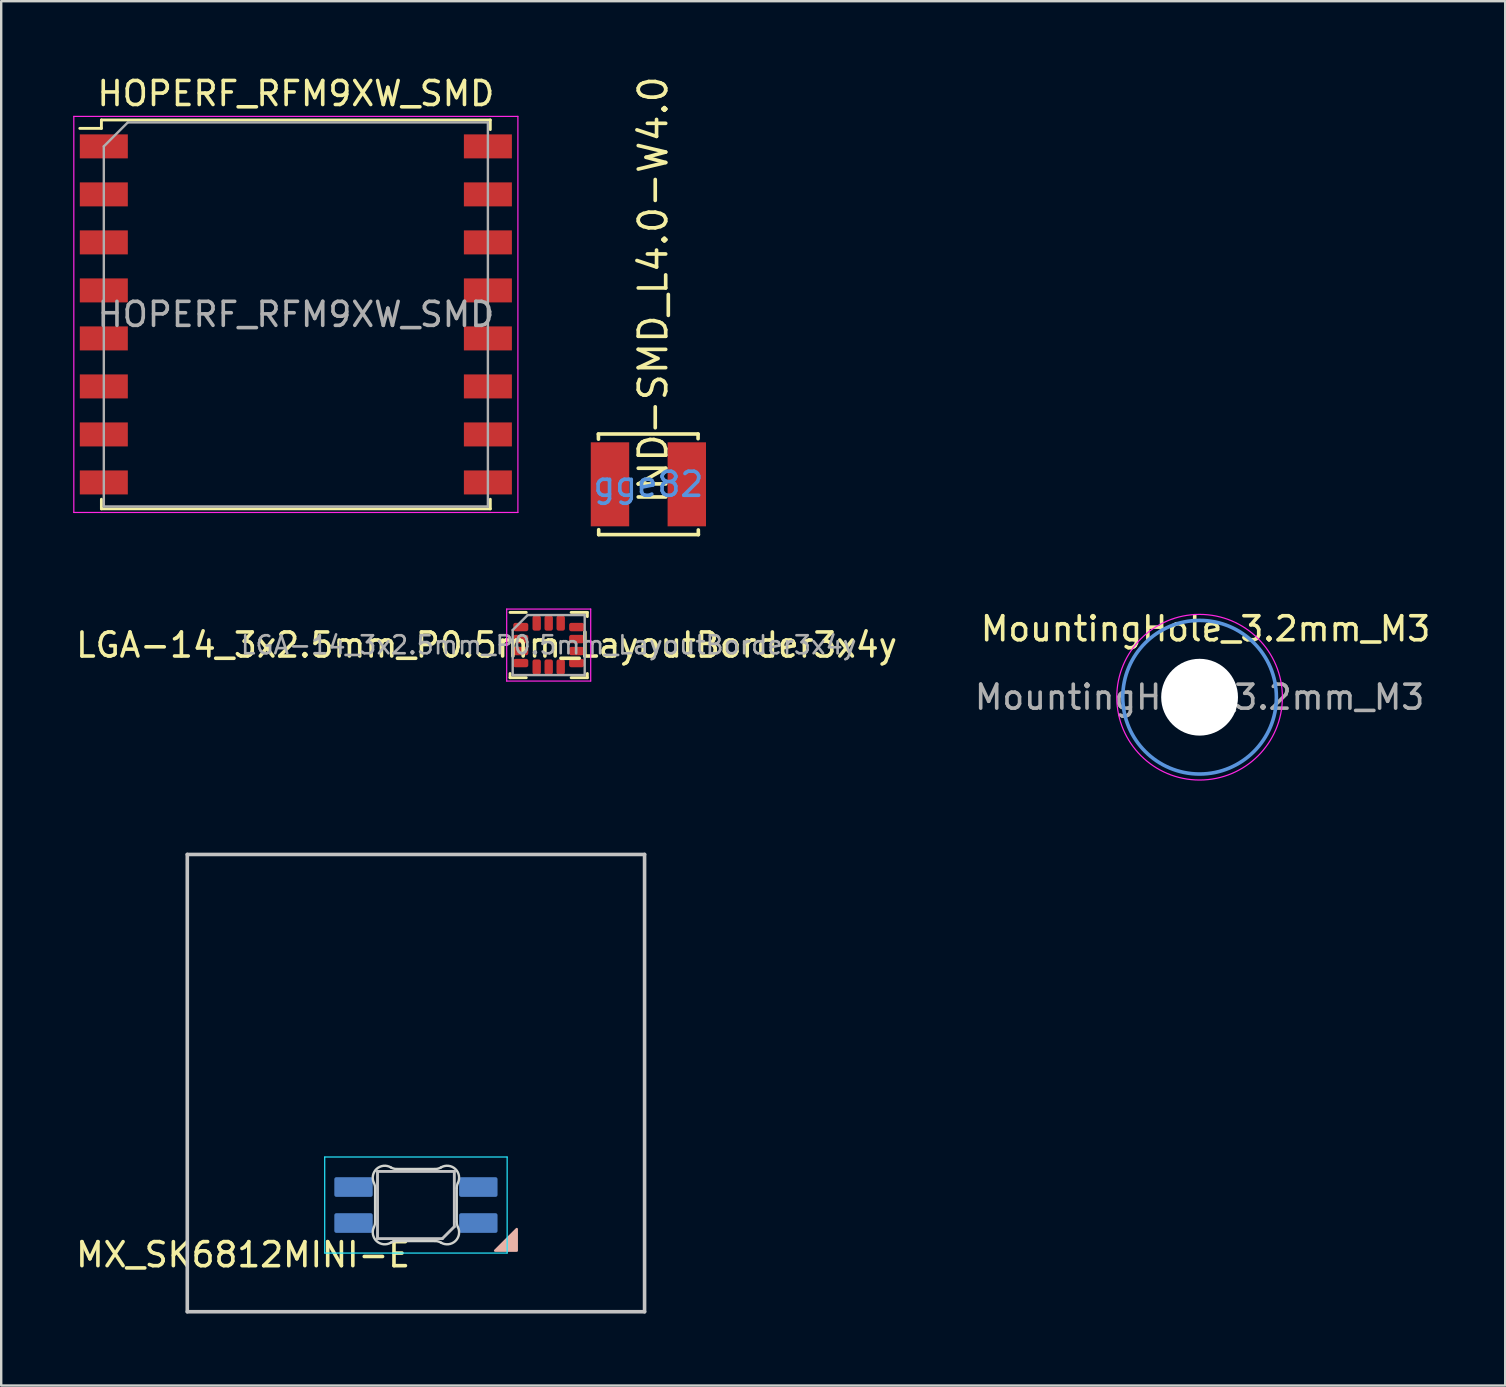
<source format=kicad_pcb>
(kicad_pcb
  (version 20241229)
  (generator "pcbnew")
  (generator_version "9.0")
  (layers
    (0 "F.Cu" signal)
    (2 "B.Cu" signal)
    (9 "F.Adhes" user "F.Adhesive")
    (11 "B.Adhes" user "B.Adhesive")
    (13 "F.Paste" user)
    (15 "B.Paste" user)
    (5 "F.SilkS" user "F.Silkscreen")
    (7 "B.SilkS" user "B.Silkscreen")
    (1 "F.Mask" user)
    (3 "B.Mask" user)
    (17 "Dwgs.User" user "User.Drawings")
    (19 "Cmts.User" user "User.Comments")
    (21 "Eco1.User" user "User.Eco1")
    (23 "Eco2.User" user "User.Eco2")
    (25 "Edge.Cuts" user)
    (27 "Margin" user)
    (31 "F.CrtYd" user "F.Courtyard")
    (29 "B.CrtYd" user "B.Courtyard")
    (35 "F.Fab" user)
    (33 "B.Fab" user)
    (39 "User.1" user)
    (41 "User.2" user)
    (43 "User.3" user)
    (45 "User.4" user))
  (footprint "MountingHole_3.2mm_M3"
    (layer "F.Cu")
    (at 46.923 25.995)
    (property "Reference" "MountingHole_3.2mm_M3" (at 0.25 -2.85 0) (layer "F.SilkS") (effects (font (size 1 1) (thickness 0.15))))
    (attr exclude_from_pos_files)
    (fp_circle (center 0 0) (end 3.2 0) (stroke (width 0.15) (type solid)) (fill no) (layer "Cmts.User"))
    (fp_circle (center 0 0) (end 3.45 0) (stroke (width 0.05) (type solid)) (fill no) (layer "F.CrtYd"))
    (fp_text user "${REFERENCE}" (at 0 0 0) (layer "F.Fab") (effects (font (size 1 1) (thickness 0.15))))
    (pad "" np_thru_hole circle (at 0 0) (size 3.2 3.2) (drill 3.2) (layers "*.Cu" "*.Mask")))
  (footprint "HOPERF_RFM9XW_SMD"
    (layer "F.Cu")
    (at 9.275 10.048)
    (property "Reference" "HOPERF_RFM9XW_SMD" (at 0 -9.2 0) (layer "F.SilkS") (effects (font (size 1 1) (thickness 0.15))))
    (attr smd)
    (fp_line (start -8.1 -8.1) (end -8.1 -7.75) (stroke (width 0.12) (type solid)) (layer "F.SilkS"))
    (fp_line (start -8.1 -8.1) (end 8.1 -8.1) (stroke (width 0.12) (type solid)) (layer "F.SilkS"))
    (fp_line (start -8.1 -7.75) (end -9 -7.75) (stroke (width 0.12) (type solid)) (layer "F.SilkS"))
    (fp_line (start -8.1 7.7) (end -8.1 8.1) (stroke (width 0.12) (type solid)) (layer "F.SilkS"))
    (fp_line (start -8.1 8.1) (end 8.1 8.1) (stroke (width 0.12) (type solid)) (layer "F.SilkS"))
    (fp_line (start 8.1 -8.1) (end 8.1 -7.7) (stroke (width 0.12) (type solid)) (layer "F.SilkS"))
    (fp_line (start 8.1 8.1) (end 8.1 7.7) (stroke (width 0.12) (type solid)) (layer "F.SilkS"))
    (fp_line (start -9.25 -8.25) (end 9.25 -8.25) (stroke (width 0.05) (type solid)) (layer "F.CrtYd"))
    (fp_line (start -9.25 8.25) (end -9.25 -8.25) (stroke (width 0.05) (type solid)) (layer "F.CrtYd"))
    (fp_line (start -9.25 8.25) (end 9.25 8.25) (stroke (width 0.05) (type solid)) (layer "F.CrtYd"))
    (fp_line (start 9.25 -8.25) (end 9.25 8.25) (stroke (width 0.05) (type solid)) (layer "F.CrtYd"))
    (fp_line (start -8 8) (end -8 -7) (stroke (width 0.1) (type solid)) (layer "F.Fab"))
    (fp_line (start -8 8) (end 8 8) (stroke (width 0.1) (type solid)) (layer "F.Fab"))
    (fp_line (start -7 -8) (end -8 -7) (stroke (width 0.1) (type solid)) (layer "F.Fab"))
    (fp_line (start -7 -8) (end 8 -8) (stroke (width 0.1) (type solid)) (layer "F.Fab"))
    (fp_line (start 8 8) (end 8 -8) (stroke (width 0.1) (type solid)) (layer "F.Fab"))
    (fp_text user "${REFERENCE}" (at 0 0 0) (layer "F.Fab") (effects (font (size 1 1) (thickness 0.15))))
    (pad "1" smd rect (at -8 -7 180) (size 2 1) (layers "F.Cu" "F.Mask" "F.Paste"))
    (pad "2" smd rect (at -8 -5 180) (size 2 1) (layers "F.Cu" "F.Mask" "F.Paste"))
    (pad "3" smd rect (at -8 -3 180) (size 2 1) (layers "F.Cu" "F.Mask" "F.Paste"))
    (pad "4" smd rect (at -8 -1 180) (size 2 1) (layers "F.Cu" "F.Mask" "F.Paste"))
    (pad "5" smd rect (at -8 1 180) (size 2 1) (layers "F.Cu" "F.Mask" "F.Paste"))
    (pad "6" smd rect (at -8 3 180) (size 2 1) (layers "F.Cu" "F.Mask" "F.Paste"))
    (pad "7" smd rect (at -8 5 180) (size 2 1) (layers "F.Cu" "F.Mask" "F.Paste"))
    (pad "8" smd rect (at -8 7 180) (size 2 1) (layers "F.Cu" "F.Mask" "F.Paste"))
    (pad "9" smd rect (at 8 7 180) (size 2 1) (layers "F.Cu" "F.Mask" "F.Paste"))
    (pad "10" smd rect (at 8 5 180) (size 2 1) (layers "F.Cu" "F.Mask" "F.Paste"))
    (pad "11" smd rect (at 8 3 180) (size 2 1) (layers "F.Cu" "F.Mask" "F.Paste"))
    (pad "12" smd rect (at 8 1 180) (size 2 1) (layers "F.Cu" "F.Mask" "F.Paste"))
    (pad "13" smd rect (at 8 -1 180) (size 2 1) (layers "F.Cu" "F.Mask" "F.Paste"))
    (pad "14" smd rect (at 8 -3 180) (size 2 1) (layers "F.Cu" "F.Mask" "F.Paste"))
    (pad "15" smd rect (at 8 -5 180) (size 2 1) (layers "F.Cu" "F.Mask" "F.Paste"))
    (pad "16" smd rect (at 8 -7 180) (size 2 1) (layers "F.Cu" "F.Mask" "F.Paste")))
  (footprint "LGA-14_3x2.5mm_P0.5mm_LayoutBorder3x4y"
    (layer "F.Cu")
    (at 19.808 23.822)
    (property "Reference" "LGA-14_3x2.5mm_P0.5mm_LayoutBorder3x4y" (at -2.587 0 180) (layer "F.SilkS") (effects (font (size 1 1) (thickness 0.15))))
    (attr smd)
    (fp_line (start -1.61 1.36) (end -1.61 1.185) (stroke (width 0.12) (type solid)) (layer "F.SilkS"))
    (fp_line (start -0.935 -1.36) (end -1.61 -1.36) (stroke (width 0.12) (type solid)) (layer "F.SilkS"))
    (fp_line (start -0.935 1.36) (end -1.61 1.36) (stroke (width 0.12) (type solid)) (layer "F.SilkS"))
    (fp_line (start 0.935 -1.36) (end 1.61 -1.36) (stroke (width 0.12) (type solid)) (layer "F.SilkS"))
    (fp_line (start 0.935 1.36) (end 1.61 1.36) (stroke (width 0.12) (type solid)) (layer "F.SilkS"))
    (fp_line (start 1.61 -1.36) (end 1.61 -1.185) (stroke (width 0.12) (type solid)) (layer "F.SilkS"))
    (fp_line (start 1.61 1.36) (end 1.61 1.185) (stroke (width 0.12) (type solid)) (layer "F.SilkS"))
    (fp_line (start -1.75 -1.5) (end -1.75 1.5) (stroke (width 0.05) (type solid)) (layer "F.CrtYd"))
    (fp_line (start -1.75 1.5) (end 1.75 1.5) (stroke (width 0.05) (type solid)) (layer "F.CrtYd"))
    (fp_line (start 1.75 -1.5) (end -1.75 -1.5) (stroke (width 0.05) (type solid)) (layer "F.CrtYd"))
    (fp_line (start 1.75 1.5) (end 1.75 -1.5) (stroke (width 0.05) (type solid)) (layer "F.CrtYd"))
    (fp_line (start -1.5 -0.625) (end -0.875 -1.25) (stroke (width 0.1) (type solid)) (layer "F.Fab"))
    (fp_line (start -1.5 1.25) (end -1.5 -0.625) (stroke (width 0.1) (type solid)) (layer "F.Fab"))
    (fp_line (start -0.875 -1.25) (end 1.5 -1.25) (stroke (width 0.1) (type solid)) (layer "F.Fab"))
    (fp_line (start 1.5 -1.25) (end 1.5 1.25) (stroke (width 0.1) (type solid)) (layer "F.Fab"))
    (fp_line (start 1.5 1.25) (end -1.5 1.25) (stroke (width 0.1) (type solid)) (layer "F.Fab"))
    (fp_text user "${REFERENCE}" (at 0 0 180) (layer "F.Fab") (effects (font (size 0.75 0.75) (thickness 0.11))))
    (pad "1" smd roundrect (at -1.163 -0.75) (size 0.625 0.35) (layers "F.Cu" "F.Mask" "F.Paste") (roundrect_rratio 0.25))
    (pad "2" smd roundrect (at -1.163 -0.25) (size 0.625 0.35) (layers "F.Cu" "F.Mask" "F.Paste") (roundrect_rratio 0.25))
    (pad "3" smd roundrect (at -1.163 0.25) (size 0.625 0.35) (layers "F.Cu" "F.Mask" "F.Paste") (roundrect_rratio 0.25))
    (pad "4" smd roundrect (at -1.163 0.75) (size 0.625 0.35) (layers "F.Cu" "F.Mask" "F.Paste") (roundrect_rratio 0.25))
    (pad "5" smd roundrect (at -0.5 0.912) (size 0.35 0.625) (layers "F.Cu" "F.Mask" "F.Paste") (roundrect_rratio 0.25))
    (pad "6" smd roundrect (at 0 0.912) (size 0.35 0.625) (layers "F.Cu" "F.Mask" "F.Paste") (roundrect_rratio 0.25))
    (pad "7" smd roundrect (at 0.5 0.912) (size 0.35 0.625) (layers "F.Cu" "F.Mask" "F.Paste") (roundrect_rratio 0.25))
    (pad "8" smd roundrect (at 1.163 0.75) (size 0.625 0.35) (layers "F.Cu" "F.Mask" "F.Paste") (roundrect_rratio 0.25))
    (pad "9" smd roundrect (at 1.163 0.25) (size 0.625 0.35) (layers "F.Cu" "F.Mask" "F.Paste") (roundrect_rratio 0.25))
    (pad "10" smd roundrect (at 1.163 -0.25) (size 0.625 0.35) (layers "F.Cu" "F.Mask" "F.Paste") (roundrect_rratio 0.25))
    (pad "11" smd roundrect (at 1.163 -0.75) (size 0.625 0.35) (layers "F.Cu" "F.Mask" "F.Paste") (roundrect_rratio 0.25))
    (pad "12" smd roundrect (at 0.5 -0.912) (size 0.35 0.625) (layers "F.Cu" "F.Mask" "F.Paste") (roundrect_rratio 0.25))
    (pad "13" smd roundrect (at 0 -0.912) (size 0.35 0.625) (layers "F.Cu" "F.Mask" "F.Paste") (roundrect_rratio 0.25))
    (pad "14" smd roundrect (at -0.5 -0.912) (size 0.35 0.625) (layers "F.Cu" "F.Mask" "F.Paste") (roundrect_rratio 0.25)))
  (footprint "MX_SK6812MINI-E"
    (layer "F.Cu")
    (at 14.277 42.07)
    (property "Reference" "MX_SK6812MINI-E" (at -7.2 7.15 0) (layer "F.SilkS") (effects (font (size 1 1) (thickness 0.15))))
    (attr through_hole)
    (fp_poly (pts (xy 4.2 6.08) (xy 3.3 6.98) (xy 4.2 6.98)) (stroke (width 0.1) (type solid)) (fill yes) (layer "B.SilkS"))
    (fp_line (start -9.525 -9.525) (end 9.525 -9.525) (stroke (width 0.15) (type solid)) (layer "Dwgs.User"))
    (fp_line (start -9.525 9.525) (end -9.525 -9.525) (stroke (width 0.15) (type solid)) (layer "Dwgs.User"))
    (fp_line (start -1.6 3.68) (end -1.6 6.48) (stroke (width 0.12) (type solid)) (layer "Dwgs.User"))
    (fp_line (start -1.6 6.48) (end 1.1 6.48) (stroke (width 0.12) (type solid)) (layer "Dwgs.User"))
    (fp_line (start 1.6 3.68) (end -1.6 3.68) (stroke (width 0.12) (type solid)) (layer "Dwgs.User"))
    (fp_line (start 1.6 5.98) (end 1.1 6.48) (stroke (width 0.12) (type solid)) (layer "Dwgs.User"))
    (fp_line (start 1.6 5.98) (end 1.6 3.68) (stroke (width 0.12) (type solid)) (layer "Dwgs.User"))
    (fp_line (start 9.525 -9.525) (end 9.525 9.525) (stroke (width 0.15) (type solid)) (layer "Dwgs.User"))
    (fp_line (start 9.525 9.525) (end -9.525 9.525) (stroke (width 0.15) (type solid)) (layer "Dwgs.User"))
    (fp_line (start -1.7 5.783) (end -1.7 4.377) (stroke (width 0.1) (type solid)) (layer "Edge.Cuts"))
    (fp_line (start -0.794 3.58) (end 0.794 3.58) (stroke (width 0.1) (type solid)) (layer "Edge.Cuts"))
    (fp_line (start 0.794 6.58) (end -0.794 6.58) (stroke (width 0.1) (type solid)) (layer "Edge.Cuts"))
    (fp_line (start 1.7 4.377) (end 1.7 5.783) (stroke (width 0.1) (type solid)) (layer "Edge.Cuts"))
    (fp_arc (start -1.749484 4.160279) (mid -1.712527 4.265931) (end -1.699999 4.377157) (stroke (width 0.1) (type solid)) (layer "Edge.Cuts"))
    (fp_arc (start -1.749484 4.160279) (mid -1.638071 3.575964) (end -1.046711 3.5117) (stroke (width 0.1) (type solid)) (layer "Edge.Cuts"))
    (fp_arc (start -1.699999 5.782842) (mid -1.712527 5.894067) (end -1.749484 5.999719) (stroke (width 0.1) (type solid)) (layer "Edge.Cuts"))
    (fp_arc (start -1.046711 6.648296) (mid -1.63807 6.584033) (end -1.749484 5.999719) (stroke (width 0.1) (type solid)) (layer "Edge.Cuts"))
    (fp_arc (start -1.04671 6.648298) (mid -0.925122 6.597376) (end -0.794452 6.579999) (stroke (width 0.1) (type solid)) (layer "Edge.Cuts"))
    (fp_arc (start -0.794453 3.579999) (mid -0.925123 3.562623) (end -1.046711 3.5117) (stroke (width 0.1) (type solid)) (layer "Edge.Cuts"))
    (fp_arc (start 0.794452 6.579999) (mid 0.925123 6.597374) (end 1.046711 6.648298) (stroke (width 0.1) (type solid)) (layer "Edge.Cuts"))
    (fp_arc (start 1.046711 3.511701) (mid 0.925123 3.562623) (end 0.794453 3.58) (stroke (width 0.1) (type solid)) (layer "Edge.Cuts"))
    (fp_arc (start 1.046711 3.511701) (mid 1.638071 3.575965) (end 1.749484 4.160279) (stroke (width 0.1) (type solid)) (layer "Edge.Cuts"))
    (fp_arc (start 1.699999 4.377156) (mid 1.71251 4.265927) (end 1.749484 4.160279) (stroke (width 0.1) (type solid)) (layer "Edge.Cuts"))
    (fp_arc (start 1.749484 5.999718) (mid 1.638073 6.584037) (end 1.046711 6.648298) (stroke (width 0.1) (type solid)) (layer "Edge.Cuts"))
    (fp_arc (start 1.749484 5.999719) (mid 1.712526 5.894067) (end 1.699999 5.782841) (stroke (width 0.1) (type solid)) (layer "Edge.Cuts"))
    (fp_line (start -3.8 3.08) (end -3.8 7.08) (stroke (width 0.05) (type solid)) (layer "B.CrtYd"))
    (fp_line (start -3.8 7.08) (end 3.8 7.08) (stroke (width 0.05) (type solid)) (layer "B.CrtYd"))
    (fp_line (start 3.8 3.08) (end -3.8 3.08) (stroke (width 0.05) (type solid)) (layer "B.CrtYd"))
    (fp_line (start 3.8 7.08) (end 3.8 3.08) (stroke (width 0.05) (type solid)) (layer "B.CrtYd"))
    (pad "1" smd roundrect (at -2.6 4.33 90) (size 0.82 1.6) (layers "B.Cu" "B.Mask" "B.Paste") (roundrect_rratio 0.1))
    (pad "2" smd roundrect (at -2.6 5.83 90) (size 0.82 1.6) (layers "B.Cu" "B.Mask" "B.Paste") (roundrect_rratio 0.1))
    (pad "3" smd roundrect (at 2.6 5.83 90) (size 0.82 1.6) (layers "B.Cu" "B.Mask" "B.Paste") (roundrect_rratio 0.1))
    (pad "4" smd roundrect (at 2.6 4.33 90) (size 0.82 1.6) (layers "B.Cu" "B.Mask" "B.Paste") (roundrect_rratio 0.1)))
  (footprint "IND-SMD_L4.0-W4.0"
    (layer "F.Cu")
    (at 23.961 17.126)
    (property "Reference" "IND-SMD_L4.0-W4.0" (at 0.2 0.9 90) (layer "F.SilkS") (effects (font (size 1.143 1.143) (thickness 0.152)) (justify left)))
    (attr smd)
    (fp_line (start -2.083 -2.095) (end -2.08 -1.88) (stroke (width 0.15) (type solid)) (layer "F.SilkS"))
    (fp_line (start -2.07 1.89) (end -2.07 2.096) (stroke (width 0.15) (type solid)) (layer "F.SilkS"))
    (fp_line (start -2.07 2.096) (end 2.082 2.096) (stroke (width 0.15) (type solid)) (layer "F.SilkS"))
    (fp_line (start 2.07 -2.095) (end -2.083 -2.095) (stroke (width 0.15) (type solid)) (layer "F.SilkS"))
    (fp_line (start 2.07 -1.9) (end 2.07 -2.095) (stroke (width 0.15) (type solid)) (layer "F.SilkS"))
    (fp_line (start 2.082 2.096) (end 2.08 1.9) (stroke (width 0.15) (type solid)) (layer "F.SilkS"))
    (fp_text user "gge82" (at 0 0 0) (layer "Cmts.User") (effects (font (size 1 1) (thickness 0.15))))
    (pad "1" smd rect (at -1.6 0) (size 1.6 3.5) (layers "F.Cu" "F.Mask" "F.Paste"))
    (pad "2" smd rect (at 1.6 0) (size 1.6 3.5) (layers "F.Cu" "F.Mask" "F.Paste")))
  (gr_rect
    (start -3 -3)
    (end 59.655 54.67)
    (stroke (width 0.1) (type default))
    (fill no)
    (layer "Edge.Cuts")))
</source>
